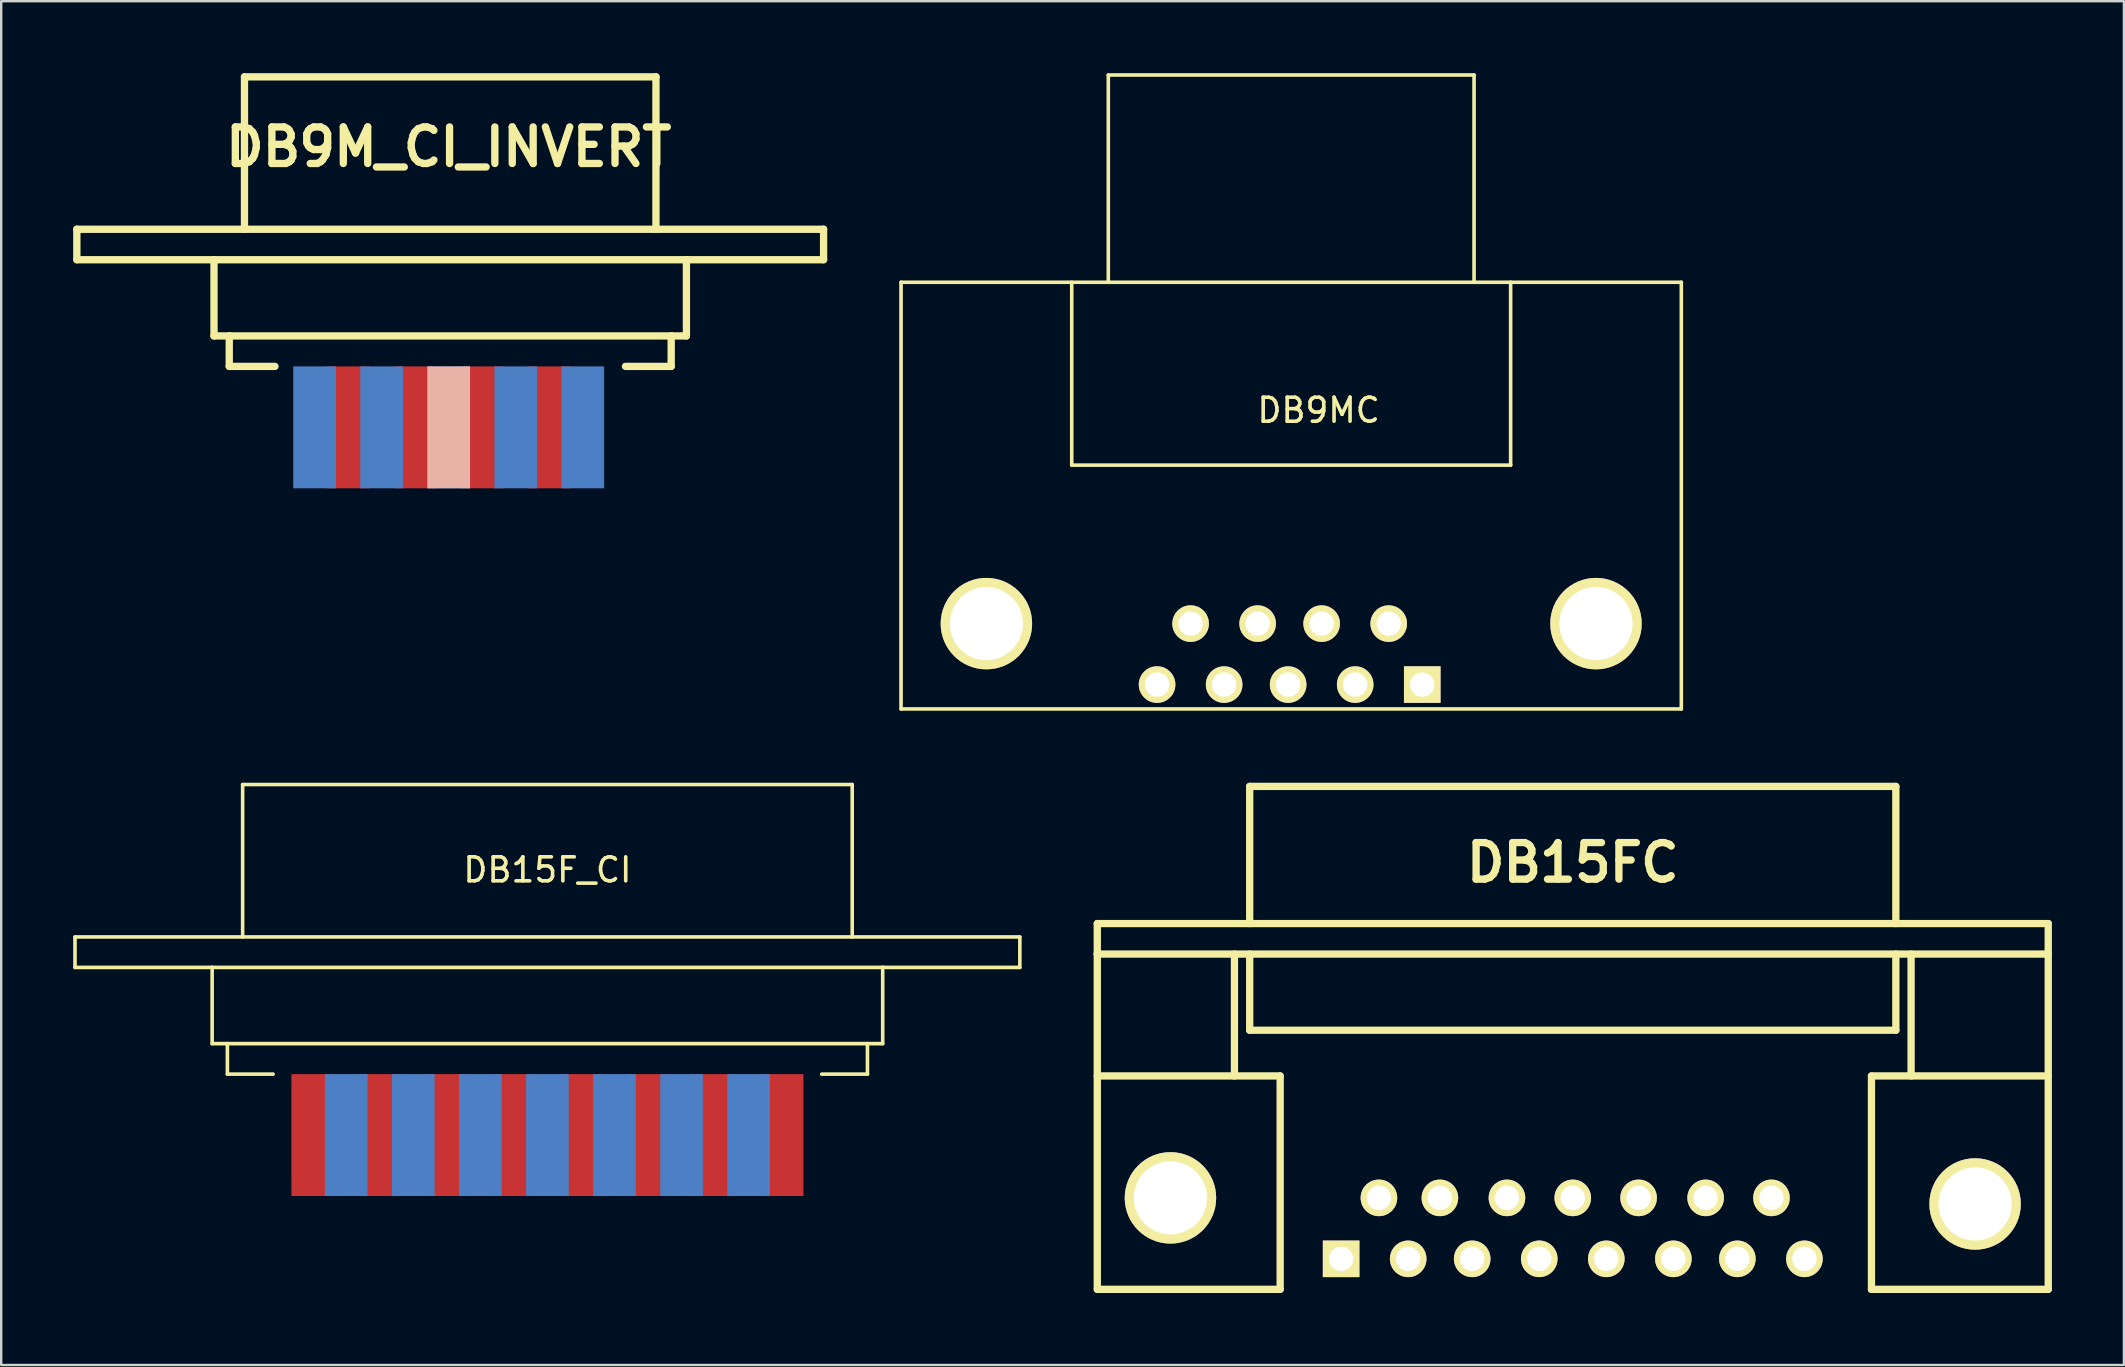
<source format=kicad_pcb>
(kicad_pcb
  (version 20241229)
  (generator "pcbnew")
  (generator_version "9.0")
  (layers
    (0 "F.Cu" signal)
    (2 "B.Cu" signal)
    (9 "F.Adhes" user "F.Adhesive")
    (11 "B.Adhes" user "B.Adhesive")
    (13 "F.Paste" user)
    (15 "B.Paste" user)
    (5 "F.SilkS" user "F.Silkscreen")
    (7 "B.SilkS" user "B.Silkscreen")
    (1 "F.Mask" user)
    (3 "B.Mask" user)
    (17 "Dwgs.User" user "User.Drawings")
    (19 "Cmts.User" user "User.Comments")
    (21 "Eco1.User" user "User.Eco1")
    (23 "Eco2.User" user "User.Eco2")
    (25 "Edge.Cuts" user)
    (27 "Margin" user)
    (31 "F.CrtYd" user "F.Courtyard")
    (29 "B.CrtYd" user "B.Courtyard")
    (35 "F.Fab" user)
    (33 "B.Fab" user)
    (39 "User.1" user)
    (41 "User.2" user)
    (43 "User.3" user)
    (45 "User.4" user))
  (footprint "DB15FC"
    (layer "F.Cu")
    (at 62.484 48.133)
    (property "Reference" "DB15FC" (at 0 -15.24 0) (layer "F.SilkS") (effects (font (size 1.524 1.524) (thickness 0.305))))
    (attr through_hole)
    (fp_line (start -19.812 -12.7) (end -19.812 -11.43) (stroke (width 0.305) (type solid)) (layer "F.SilkS"))
    (fp_line (start -19.812 -6.35) (end -12.192 -6.35) (stroke (width 0.305) (type solid)) (layer "F.SilkS"))
    (fp_line (start -19.812 2.54) (end -19.812 -11.43) (stroke (width 0.305) (type solid)) (layer "F.SilkS"))
    (fp_line (start -19.812 2.54) (end -12.192 2.54) (stroke (width 0.305) (type solid)) (layer "F.SilkS"))
    (fp_line (start -14.097 -11.43) (end -14.097 -6.35) (stroke (width 0.305) (type solid)) (layer "F.SilkS"))
    (fp_line (start -13.462 -18.415) (end -13.462 -12.7) (stroke (width 0.305) (type solid)) (layer "F.SilkS"))
    (fp_line (start -13.462 -18.415) (end 13.462 -18.415) (stroke (width 0.305) (type solid)) (layer "F.SilkS"))
    (fp_line (start -13.462 -8.255) (end -13.462 -11.43) (stroke (width 0.305) (type solid)) (layer "F.SilkS"))
    (fp_line (start -12.192 -6.35) (end -12.192 2.54) (stroke (width 0.305) (type solid)) (layer "F.SilkS"))
    (fp_line (start 12.446 -6.35) (end 19.812 -6.35) (stroke (width 0.305) (type solid)) (layer "F.SilkS"))
    (fp_line (start 12.446 2.54) (end 12.446 -6.35) (stroke (width 0.305) (type solid)) (layer "F.SilkS"))
    (fp_line (start 13.462 -12.7) (end 13.462 -18.415) (stroke (width 0.305) (type solid)) (layer "F.SilkS"))
    (fp_line (start 13.462 -8.255) (end -13.462 -8.255) (stroke (width 0.305) (type solid)) (layer "F.SilkS"))
    (fp_line (start 13.462 -8.255) (end 13.462 -11.43) (stroke (width 0.305) (type solid)) (layer "F.SilkS"))
    (fp_line (start 14.097 -6.35) (end 14.097 -11.43) (stroke (width 0.305) (type solid)) (layer "F.SilkS"))
    (fp_line (start 19.812 -12.7) (end -19.812 -12.7) (stroke (width 0.305) (type solid)) (layer "F.SilkS"))
    (fp_line (start 19.812 -11.43) (end -19.812 -11.43) (stroke (width 0.305) (type solid)) (layer "F.SilkS"))
    (fp_line (start 19.812 2.54) (end 12.446 2.54) (stroke (width 0.305) (type solid)) (layer "F.SilkS"))
    (fp_line (start 19.812 2.54) (end 19.812 -12.7) (stroke (width 0.305) (type solid)) (layer "F.SilkS"))
    (pad "" thru_hole circle (at -16.764 -1.27) (size 3.81 3.81) (drill 3.048) (layers "*.Cu" "*.Mask" "F.SilkS"))
    (pad "" thru_hole circle (at 16.764 -1.016) (size 3.81 3.81) (drill 3.048) (layers "*.Cu" "*.Mask" "F.SilkS"))
    (pad "1" thru_hole rect (at -9.652 1.27) (size 1.524 1.524) (drill 1.016) (layers "*.Cu" "*.Mask" "F.SilkS"))
    (pad "2" thru_hole circle (at -6.858 1.27) (size 1.524 1.524) (drill 1.016) (layers "*.Cu" "*.Mask" "F.SilkS"))
    (pad "3" thru_hole circle (at -4.191 1.27) (size 1.524 1.524) (drill 1.016) (layers "*.Cu" "*.Mask" "F.SilkS"))
    (pad "4" thru_hole circle (at -1.397 1.27) (size 1.524 1.524) (drill 1.016) (layers "*.Cu" "*.Mask" "F.SilkS"))
    (pad "5" thru_hole circle (at 1.397 1.27) (size 1.524 1.524) (drill 1.016) (layers "*.Cu" "*.Mask" "F.SilkS"))
    (pad "6" thru_hole circle (at 4.191 1.27) (size 1.524 1.524) (drill 1.016) (layers "*.Cu" "*.Mask" "F.SilkS"))
    (pad "7" thru_hole circle (at 6.858 1.27) (size 1.524 1.524) (drill 1.016) (layers "*.Cu" "*.Mask" "F.SilkS"))
    (pad "8" thru_hole circle (at 9.652 1.27) (size 1.524 1.524) (drill 1.016) (layers "*.Cu" "*.Mask" "F.SilkS"))
    (pad "9" thru_hole circle (at -8.077 -1.27) (size 1.524 1.524) (drill 1.016) (layers "*.Cu" "*.Mask" "F.SilkS"))
    (pad "10" thru_hole circle (at -5.537 -1.27) (size 1.524 1.524) (drill 1.016) (layers "*.Cu" "*.Mask" "F.SilkS"))
    (pad "11" thru_hole circle (at -2.743 -1.27) (size 1.524 1.524) (drill 1.016) (layers "*.Cu" "*.Mask" "F.SilkS"))
    (pad "12" thru_hole circle (at 0 -1.27) (size 1.524 1.524) (drill 1.016) (layers "*.Cu" "*.Mask" "F.SilkS"))
    (pad "13" thru_hole circle (at 2.743 -1.27) (size 1.524 1.524) (drill 1.016) (layers "*.Cu" "*.Mask" "F.SilkS"))
    (pad "14" thru_hole circle (at 5.537 -1.27) (size 1.524 1.524) (drill 1.016) (layers "*.Cu" "*.Mask" "F.SilkS"))
    (pad "15" thru_hole circle (at 8.28 -1.27) (size 1.524 1.524) (drill 1.016) (layers "*.Cu" "*.Mask" "F.SilkS")))
  (footprint "DB9MC"
    (layer "F.Cu")
    (at 50.624 24.205)
    (property "Reference" "DB9MC" (at 1.27 -10.16 0) (layer "F.SilkS") (effects (font (size 1 1) (thickness 0.15))))
    (attr through_hole)
    (fp_line (start -16.129 -15.494) (end -16.129 2.286) (stroke (width 0.15) (type solid)) (layer "F.SilkS"))
    (fp_line (start -16.129 2.286) (end 16.383 2.286) (stroke (width 0.15) (type solid)) (layer "F.SilkS"))
    (fp_line (start -9.017 -15.494) (end -9.017 -7.874) (stroke (width 0.15) (type solid)) (layer "F.SilkS"))
    (fp_line (start -9.017 -7.874) (end 9.271 -7.874) (stroke (width 0.15) (type solid)) (layer "F.SilkS"))
    (fp_line (start -7.493 -24.13) (end 7.747 -24.13) (stroke (width 0.15) (type solid)) (layer "F.SilkS"))
    (fp_line (start -7.493 -15.494) (end -7.493 -24.13) (stroke (width 0.15) (type solid)) (layer "F.SilkS"))
    (fp_line (start 7.747 -24.13) (end 7.747 -15.494) (stroke (width 0.15) (type solid)) (layer "F.SilkS"))
    (fp_line (start 9.271 -7.874) (end 9.271 -15.494) (stroke (width 0.15) (type solid)) (layer "F.SilkS"))
    (fp_line (start 16.383 -15.494) (end -16.129 -15.494) (stroke (width 0.15) (type solid)) (layer "F.SilkS"))
    (fp_line (start 16.383 2.286) (end 16.383 -15.494) (stroke (width 0.15) (type solid)) (layer "F.SilkS"))
    (pad "" thru_hole circle (at -12.573 -1.27) (size 3.81 3.81) (drill 3.048) (layers "*.Cu" "*.Mask" "F.SilkS"))
    (pad "" thru_hole circle (at 12.827 -1.27) (size 3.81 3.81) (drill 3.048) (layers "*.Cu" "*.Mask" "F.SilkS"))
    (pad "1" thru_hole rect (at 5.588 1.27) (size 1.524 1.524) (drill 1.016) (layers "*.Cu" "*.Mask" "F.SilkS"))
    (pad "2" thru_hole circle (at 2.794 1.27) (size 1.524 1.524) (drill 1.016) (layers "*.Cu" "*.Mask" "F.SilkS"))
    (pad "3" thru_hole circle (at 0 1.27) (size 1.524 1.524) (drill 1.016) (layers "*.Cu" "*.Mask" "F.SilkS"))
    (pad "4" thru_hole circle (at -2.667 1.27) (size 1.524 1.524) (drill 1.016) (layers "*.Cu" "*.Mask" "F.SilkS"))
    (pad "5" thru_hole circle (at -5.461 1.27) (size 1.524 1.524) (drill 1.016) (layers "*.Cu" "*.Mask" "F.SilkS"))
    (pad "6" thru_hole circle (at 4.191 -1.27) (size 1.524 1.524) (drill 1.016) (layers "*.Cu" "*.Mask" "F.SilkS"))
    (pad "7" thru_hole circle (at 1.397 -1.27) (size 1.524 1.524) (drill 1.016) (layers "*.Cu" "*.Mask" "F.SilkS"))
    (pad "8" thru_hole circle (at -1.27 -1.27) (size 1.524 1.524) (drill 1.016) (layers "*.Cu" "*.Mask" "F.SilkS"))
    (pad "9" thru_hole circle (at -4.064 -1.27) (size 1.524 1.524) (drill 1.016) (layers "*.Cu" "*.Mask" "F.SilkS")))
  (footprint "DB9M_CI_INVERT"
    (layer "F.Cu")
    (at 15.646 12.217)
    (property "Reference" "DB9M_CI_INVERT" (at 0 -9.144 0) (layer "F.SilkS") (effects (font (size 1.524 1.524) (thickness 0.305))))
    (attr through_hole)
    (fp_line (start -15.494 -5.715) (end 15.621 -5.715) (stroke (width 0.305) (type solid)) (layer "F.SilkS"))
    (fp_line (start -15.494 -4.445) (end -15.494 -5.715) (stroke (width 0.305) (type solid)) (layer "F.SilkS"))
    (fp_line (start -9.779 -4.445) (end -15.494 -4.445) (stroke (width 0.305) (type solid)) (layer "F.SilkS"))
    (fp_line (start -9.779 -1.27) (end -9.779 -4.445) (stroke (width 0.305) (type solid)) (layer "F.SilkS"))
    (fp_line (start -9.144 -1.27) (end -9.779 -1.27) (stroke (width 0.305) (type solid)) (layer "F.SilkS"))
    (fp_line (start -9.144 0) (end -9.144 -1.27) (stroke (width 0.305) (type solid)) (layer "F.SilkS"))
    (fp_line (start -8.509 -12.065) (end 8.636 -12.065) (stroke (width 0.305) (type solid)) (layer "F.SilkS"))
    (fp_line (start -8.509 -5.715) (end -8.509 -12.065) (stroke (width 0.305) (type solid)) (layer "F.SilkS"))
    (fp_line (start -7.239 0) (end -9.144 0) (stroke (width 0.305) (type solid)) (layer "F.SilkS"))
    (fp_line (start 7.366 0) (end 9.271 0) (stroke (width 0.305) (type solid)) (layer "F.SilkS"))
    (fp_line (start 8.636 -5.715) (end 8.636 -12.065) (stroke (width 0.305) (type solid)) (layer "F.SilkS"))
    (fp_line (start 9.271 -1.27) (end -9.144 -1.27) (stroke (width 0.305) (type solid)) (layer "F.SilkS"))
    (fp_line (start 9.271 0) (end 9.271 -1.27) (stroke (width 0.305) (type solid)) (layer "F.SilkS"))
    (fp_line (start 9.906 -4.445) (end -9.779 -4.445) (stroke (width 0.305) (type solid)) (layer "F.SilkS"))
    (fp_line (start 9.906 -1.27) (end 9.271 -1.27) (stroke (width 0.305) (type solid)) (layer "F.SilkS"))
    (fp_line (start 9.906 -1.27) (end 9.906 -4.445) (stroke (width 0.305) (type solid)) (layer "F.SilkS"))
    (fp_line (start 15.621 -4.445) (end 9.906 -4.445) (stroke (width 0.305) (type solid)) (layer "F.SilkS"))
    (fp_line (start 15.621 -4.445) (end 15.621 -5.715) (stroke (width 0.305) (type solid)) (layer "F.SilkS"))
    (pad "1" connect rect (at -5.588 2.54) (size 1.778 5.08) (layers "F.Mask" "B.Cu"))
    (pad "2" connect rect (at -2.794 2.54) (size 1.778 5.08) (layers "B.Cu" "B.Mask"))
    (pad "3" connect rect (at 0 2.54) (size 1.778 5.08) (layers "B.Cu" "B.SilkS"))
    (pad "4" connect rect (at 2.794 2.54) (size 1.778 5.08) (layers "B.Cu" "B.Mask"))
    (pad "5" connect rect (at 5.588 2.54) (size 1.778 5.08) (layers "B.Cu" "B.Mask"))
    (pad "6" connect rect (at -4.191 2.54) (size 1.778 5.08) (layers "F.Cu" "F.Mask"))
    (pad "7" connect rect (at -1.397 2.54) (size 1.778 5.08) (layers "F.Cu" "F.Mask"))
    (pad "8" connect rect (at 1.397 2.54) (size 1.778 5.08) (layers "F.Cu" "F.Mask"))
    (pad "9" connect rect (at 4.191 2.54) (size 1.778 5.08) (layers "F.Cu" "F.Mask")))
  (footprint "DB15F_CI"
    (layer "F.Cu")
    (at 19.76 41.579)
    (property "Reference" "DB15F_CI" (at 0 -8.382 0) (layer "F.SilkS") (effects (font (size 1 1) (thickness 0.15))))
    (attr through_hole)
    (fp_line (start -19.685 -5.588) (end 19.685 -5.588) (stroke (width 0.15) (type solid)) (layer "F.SilkS"))
    (fp_line (start -19.685 -4.318) (end -19.685 -5.588) (stroke (width 0.15) (type solid)) (layer "F.SilkS"))
    (fp_line (start -13.97 -4.318) (end -19.685 -4.318) (stroke (width 0.15) (type solid)) (layer "F.SilkS"))
    (fp_line (start -13.97 -4.318) (end 13.97 -4.318) (stroke (width 0.15) (type solid)) (layer "F.SilkS"))
    (fp_line (start -13.97 -1.143) (end -13.97 -4.318) (stroke (width 0.15) (type solid)) (layer "F.SilkS"))
    (fp_line (start -13.335 -1.143) (end -13.97 -1.143) (stroke (width 0.15) (type solid)) (layer "F.SilkS"))
    (fp_line (start -13.335 -1.143) (end 13.335 -1.143) (stroke (width 0.15) (type solid)) (layer "F.SilkS"))
    (fp_line (start -13.335 0.127) (end -13.335 -1.143) (stroke (width 0.15) (type solid)) (layer "F.SilkS"))
    (fp_line (start -12.7 -11.938) (end 12.7 -11.938) (stroke (width 0.15) (type solid)) (layer "F.SilkS"))
    (fp_line (start -12.7 -5.588) (end -12.7 -11.938) (stroke (width 0.15) (type solid)) (layer "F.SilkS"))
    (fp_line (start -11.43 0.127) (end -13.335 0.127) (stroke (width 0.15) (type solid)) (layer "F.SilkS"))
    (fp_line (start 12.7 -11.938) (end 12.7 -5.588) (stroke (width 0.15) (type solid)) (layer "F.SilkS"))
    (fp_line (start 13.335 -1.143) (end 13.335 0.127) (stroke (width 0.15) (type solid)) (layer "F.SilkS"))
    (fp_line (start 13.335 0.127) (end 11.43 0.127) (stroke (width 0.15) (type solid)) (layer "F.SilkS"))
    (fp_line (start 13.97 -4.318) (end 13.97 -1.143) (stroke (width 0.15) (type solid)) (layer "F.SilkS"))
    (fp_line (start 13.97 -1.143) (end 13.335 -1.143) (stroke (width 0.15) (type solid)) (layer "F.SilkS"))
    (fp_line (start 19.685 -5.588) (end 19.685 -4.318) (stroke (width 0.15) (type solid)) (layer "F.SilkS"))
    (fp_line (start 19.685 -4.318) (end 13.97 -4.318) (stroke (width 0.15) (type solid)) (layer "F.SilkS"))
    (pad "1" connect rect (at -9.779 2.667) (size 1.778 5.08) (layers "F.Cu" "F.Mask"))
    (pad "2" connect rect (at -6.985 2.667) (size 1.778 5.08) (layers "F.Cu" "F.Mask"))
    (pad "3" connect rect (at -4.191 2.667) (size 1.778 5.08) (layers "F.Cu" "F.Mask"))
    (pad "4" connect rect (at -1.397 2.667) (size 1.778 5.08) (layers "F.Cu" "F.Mask"))
    (pad "5" connect rect (at 1.397 2.667) (size 1.778 5.08) (layers "F.Cu" "F.Mask"))
    (pad "6" connect rect (at 4.191 2.667) (size 1.778 5.08) (layers "F.Cu" "F.Mask"))
    (pad "7" connect rect (at 6.985 2.667) (size 1.778 5.08) (layers "F.Cu" "F.Mask"))
    (pad "8" connect rect (at 9.779 2.667) (size 1.778 5.08) (layers "F.Cu" "F.Mask"))
    (pad "9" connect rect (at -8.382 2.667) (size 1.778 5.08) (layers "B.Cu" "B.Mask"))
    (pad "10" connect rect (at -5.588 2.667) (size 1.778 5.08) (layers "B.Cu" "B.Mask"))
    (pad "11" connect rect (at -2.794 2.667) (size 1.778 5.08) (layers "B.Cu" "B.Mask"))
    (pad "12" connect rect (at 0 2.667) (size 1.778 5.08) (layers "B.Cu" "B.Mask"))
    (pad "13" connect rect (at 2.794 2.667) (size 1.778 5.08) (layers "B.Cu" "B.Mask"))
    (pad "14" connect rect (at 5.588 2.667) (size 1.778 5.08) (layers "B.Cu" "B.Mask"))
    (pad "15" connect rect (at 8.382 2.667) (size 1.778 5.08) (layers "B.Cu" "B.Mask")))
  (gr_rect
    (start -3 -3)
    (end 85.449 53.826)
    (stroke (width 0.1) (type default))
    (fill no)
    (layer "Edge.Cuts")))
</source>
